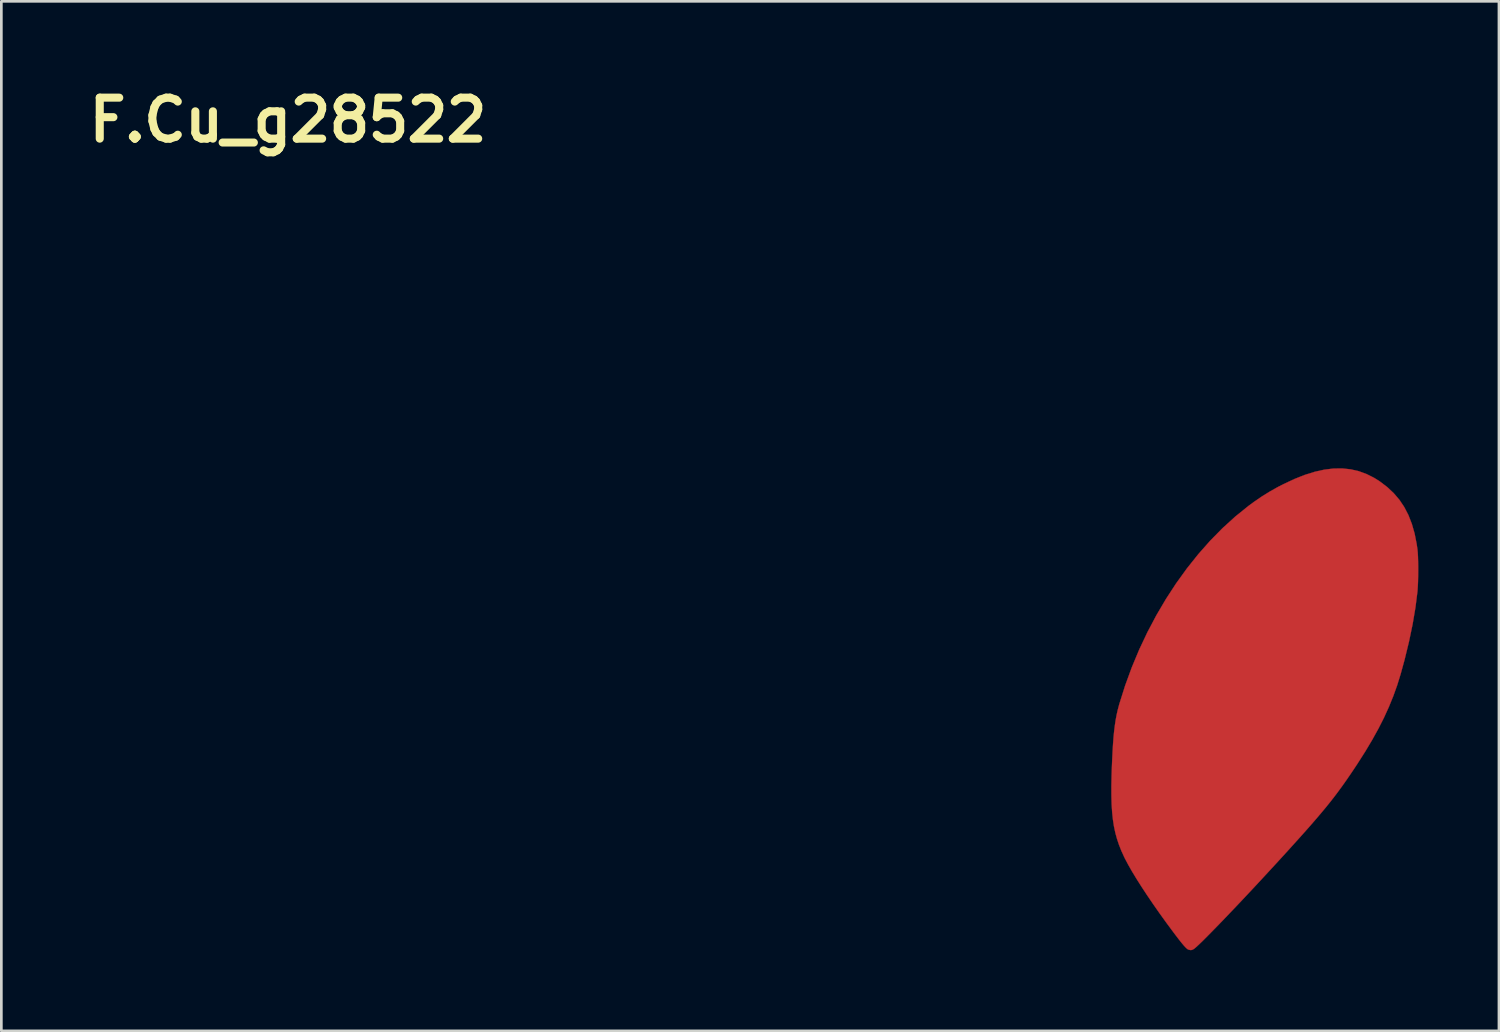
<source format=kicad_pcb>
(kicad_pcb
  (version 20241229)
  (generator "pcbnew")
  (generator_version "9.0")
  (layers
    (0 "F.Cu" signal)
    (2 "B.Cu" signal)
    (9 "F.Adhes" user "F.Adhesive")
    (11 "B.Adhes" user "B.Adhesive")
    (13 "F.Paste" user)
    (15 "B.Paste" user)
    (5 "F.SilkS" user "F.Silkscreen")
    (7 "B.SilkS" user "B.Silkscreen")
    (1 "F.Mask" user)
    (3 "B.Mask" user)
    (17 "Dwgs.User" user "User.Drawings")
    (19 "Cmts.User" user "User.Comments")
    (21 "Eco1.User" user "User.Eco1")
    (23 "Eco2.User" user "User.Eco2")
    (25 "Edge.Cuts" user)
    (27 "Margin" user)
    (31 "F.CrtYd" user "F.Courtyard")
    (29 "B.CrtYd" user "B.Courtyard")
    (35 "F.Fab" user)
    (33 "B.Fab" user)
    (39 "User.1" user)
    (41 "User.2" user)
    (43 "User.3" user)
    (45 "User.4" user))
  (footprint "F.Cu_g28522"
    (layer "F.Cu")
    (at 7.664 1.418)
    (property "Reference" "F.Cu_g28522" (at 0 0 0) (layer "F.SilkS") (effects (font (size 1.524 1.524) (thickness 0.3))))
    (attr through_hole)
    (fp_poly (pts (xy 39.532 12.992) (xy 39.834 13.061) (xy 40.126 13.168) (xy 40.411 13.311) (xy 40.619 13.443) (xy 40.893 13.651) (xy 41.135 13.878) (xy 41.347 14.126) (xy 41.529 14.398) (xy 41.683 14.696) (xy 41.81 15.022) (xy 41.912 15.377) (xy 41.989 15.766) (xy 42.02 15.981) (xy 42.03 16.091) (xy 42.038 16.235) (xy 42.043 16.405) (xy 42.046 16.591) (xy 42.046 16.785) (xy 42.044 16.979) (xy 42.04 17.165) (xy 42.033 17.333) (xy 42.024 17.476) (xy 42.02 17.526) (xy 41.945 18.126) (xy 41.839 18.753) (xy 41.703 19.405) (xy 41.538 20.082) (xy 41.392 20.613) (xy 41.265 21.023) (xy 41.121 21.425) (xy 40.958 21.825) (xy 40.775 22.227) (xy 40.568 22.636) (xy 40.335 23.056) (xy 40.075 23.492) (xy 39.785 23.947) (xy 39.671 24.119) (xy 39.519 24.345) (xy 39.373 24.558) (xy 39.231 24.759) (xy 39.088 24.955) (xy 38.944 25.147) (xy 38.794 25.34) (xy 38.635 25.538) (xy 38.465 25.743) (xy 38.281 25.96) (xy 38.08 26.193) (xy 37.859 26.444) (xy 37.615 26.717) (xy 37.345 27.016) (xy 37.285 27.083) (xy 37.031 27.362) (xy 36.775 27.642) (xy 36.517 27.922) (xy 36.259 28.201) (xy 36.005 28.475) (xy 35.754 28.743) (xy 35.509 29.004) (xy 35.272 29.255) (xy 35.044 29.494) (xy 34.828 29.72) (xy 34.625 29.931) (xy 34.436 30.124) (xy 34.265 30.299) (xy 34.112 30.453) (xy 33.979 30.584) (xy 33.868 30.69) (xy 33.781 30.77) (xy 33.72 30.822) (xy 33.697 30.838) (xy 33.634 30.87) (xy 33.581 30.878) (xy 33.514 30.865) (xy 33.51 30.864) (xy 33.475 30.849) (xy 33.435 30.819) (xy 33.385 30.771) (xy 33.323 30.703) (xy 33.246 30.611) (xy 33.152 30.493) (xy 33.039 30.345) (xy 32.957 30.237) (xy 32.689 29.875) (xy 32.433 29.52) (xy 32.191 29.174) (xy 31.964 28.84) (xy 31.755 28.522) (xy 31.565 28.223) (xy 31.397 27.945) (xy 31.253 27.692) (xy 31.134 27.467) (xy 31.107 27.411) (xy 31.005 27.188) (xy 30.918 26.968) (xy 30.843 26.746) (xy 30.78 26.518) (xy 30.729 26.279) (xy 30.69 26.026) (xy 30.661 25.754) (xy 30.642 25.459) (xy 30.633 25.137) (xy 30.632 24.784) (xy 30.64 24.396) (xy 30.647 24.172) (xy 30.661 23.815) (xy 30.677 23.496) (xy 30.694 23.21) (xy 30.713 22.954) (xy 30.736 22.723) (xy 30.762 22.513) (xy 30.791 22.32) (xy 30.825 22.139) (xy 30.863 21.966) (xy 30.907 21.797) (xy 30.926 21.728) (xy 31.143 21.039) (xy 31.391 20.361) (xy 31.668 19.698) (xy 31.973 19.052) (xy 32.305 18.424) (xy 32.662 17.817) (xy 33.042 17.234) (xy 33.444 16.677) (xy 33.867 16.147) (xy 34.308 15.648) (xy 34.766 15.182) (xy 35.241 14.75) (xy 35.729 14.356) (xy 35.941 14.2) (xy 36.234 13.999) (xy 36.525 13.819) (xy 36.829 13.648) (xy 37.042 13.539) (xy 37.447 13.35) (xy 37.834 13.197) (xy 38.204 13.082) (xy 38.557 13.004) (xy 38.895 12.963) (xy 39.22 12.959) (xy 39.532 12.992)) (stroke (width 0.01) (type solid)) (fill yes) (layer "F.Cu")))
  (gr_rect
    (start -3 -3)
    (end 52.715 35.301)
    (stroke (width 0.1) (type default))
    (fill no)
    (layer "Edge.Cuts")))
</source>
